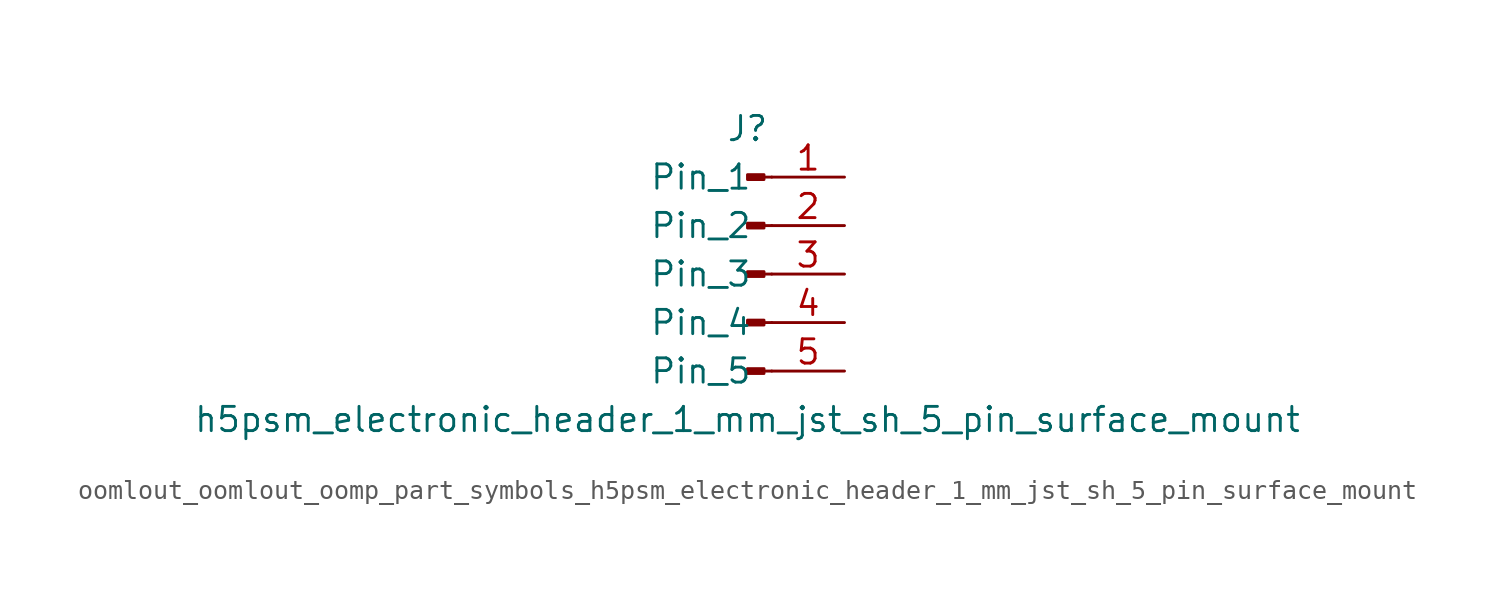
<source format=kicad_sym>
(kicad_symbol_lib
  (version 20220914)
  (generator kicad_symbol_editor)
  (symbol "oomlout_oomlout_oomp_part_symbols_h5psm_electronic_header_1_mm_jst_sh_5_pin_surface_mount"
    (pin_names
      (offset 1.016))
    (property "Reference" "J"
      (at 0 7.62 0)
      (effects (font (size 1.27 1.27))))
    (property "Value" "h5psm_electronic_header_1_mm_jst_sh_5_pin_surface_mount"
      (at 0 -7.62 0)
      (effects (font (size 1.27 1.27))))
    (property "ki_locked" ""
      (at 0 0 0)
      (effects (font (size 1.27 1.27))))
    (symbol "oomlout_oomlout_oomp_part_symbols_h5psm_electronic_header_1_mm_jst_sh_5_pin_surface_mount_1_1"
      (polyline (pts (xy 1.27 -5.08) (xy 0.864 -5.08)) (stroke (width 0.152) (type default)) (fill (type none)))
      (polyline (pts (xy 1.27 -2.54) (xy 0.864 -2.54)) (stroke (width 0.152) (type default)) (fill (type none)))
      (polyline (pts (xy 1.27 0) (xy 0.864 0)) (stroke (width 0.152) (type default)) (fill (type none)))
      (polyline (pts (xy 1.27 2.54) (xy 0.864 2.54)) (stroke (width 0.152) (type default)) (fill (type none)))
      (polyline (pts (xy 1.27 5.08) (xy 0.864 5.08)) (stroke (width 0.152) (type default)) (fill (type none)))
      (rectangle (start 0.864 -4.953) (end 0 -5.207) (stroke (width 0.152) (type default)) (fill (type outline)))
      (rectangle (start 0.864 -2.413) (end 0 -2.667) (stroke (width 0.152) (type default)) (fill (type outline)))
      (rectangle (start 0.864 0.127) (end 0 -0.127) (stroke (width 0.152) (type default)) (fill (type outline)))
      (rectangle (start 0.864 2.667) (end 0 2.413) (stroke (width 0.152) (type default)) (fill (type outline)))
      (rectangle (start 0.864 5.207) (end 0 4.953) (stroke (width 0.152) (type default)) (fill (type outline)))
      (pin passive line (at 5.08 5.08 180) (length 3.81) (name "Pin_1" (effects (font (size 1.27 1.27)))) (number "1" (effects (font (size 1.27 1.27)))))
      (pin passive line (at 5.08 2.54 180) (length 3.81) (name "Pin_2" (effects (font (size 1.27 1.27)))) (number "2" (effects (font (size 1.27 1.27)))))
      (pin passive line (at 5.08 0 180) (length 3.81) (name "Pin_3" (effects (font (size 1.27 1.27)))) (number "3" (effects (font (size 1.27 1.27)))))
      (pin passive line (at 5.08 -2.54 180) (length 3.81) (name "Pin_4" (effects (font (size 1.27 1.27)))) (number "4" (effects (font (size 1.27 1.27)))))
      (pin passive line (at 5.08 -5.08 180) (length 3.81) (name "Pin_5" (effects (font (size 1.27 1.27)))) (number "5" (effects (font (size 1.27 1.27))))))))
</source>
